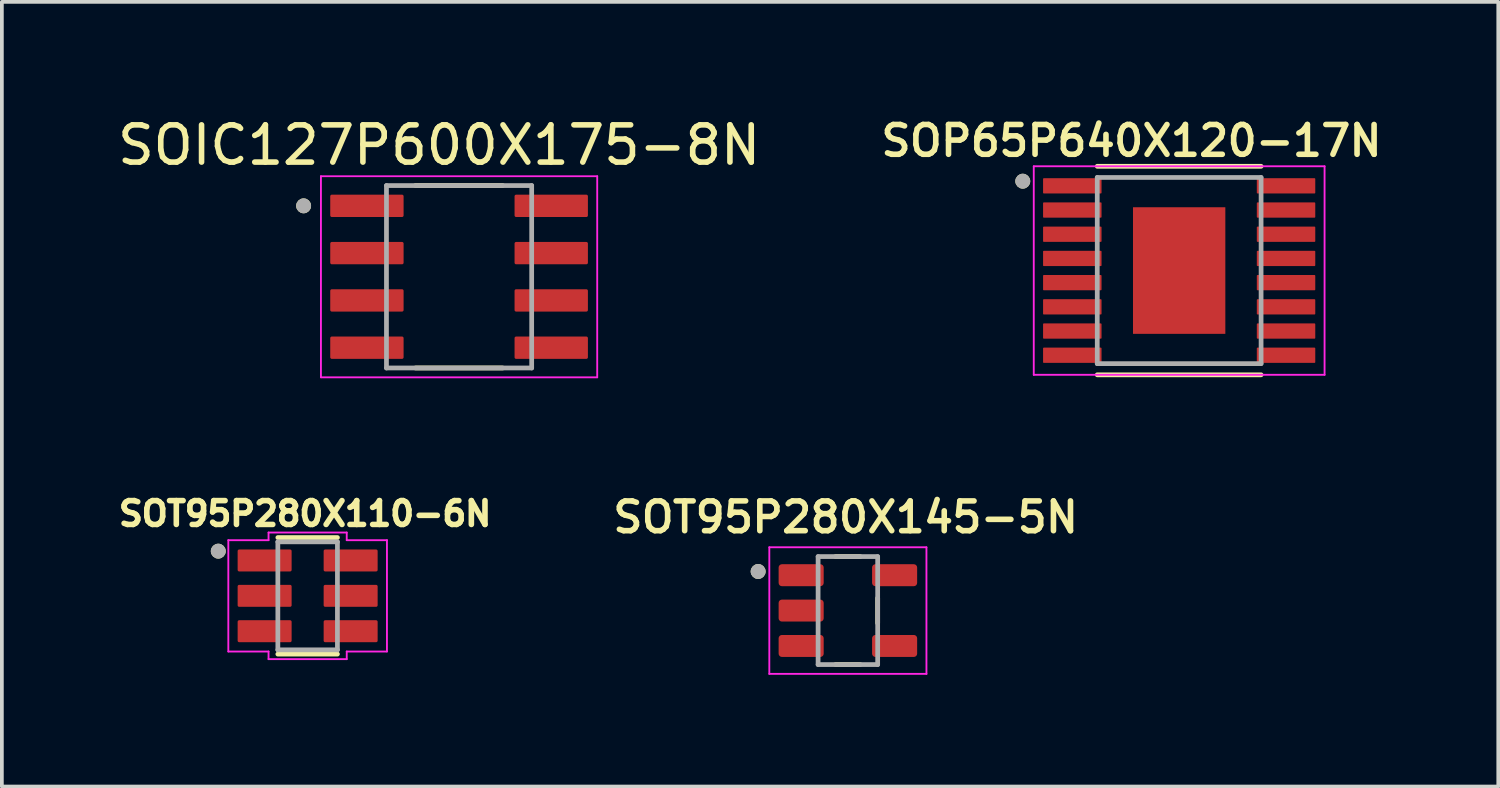
<source format=kicad_pcb>
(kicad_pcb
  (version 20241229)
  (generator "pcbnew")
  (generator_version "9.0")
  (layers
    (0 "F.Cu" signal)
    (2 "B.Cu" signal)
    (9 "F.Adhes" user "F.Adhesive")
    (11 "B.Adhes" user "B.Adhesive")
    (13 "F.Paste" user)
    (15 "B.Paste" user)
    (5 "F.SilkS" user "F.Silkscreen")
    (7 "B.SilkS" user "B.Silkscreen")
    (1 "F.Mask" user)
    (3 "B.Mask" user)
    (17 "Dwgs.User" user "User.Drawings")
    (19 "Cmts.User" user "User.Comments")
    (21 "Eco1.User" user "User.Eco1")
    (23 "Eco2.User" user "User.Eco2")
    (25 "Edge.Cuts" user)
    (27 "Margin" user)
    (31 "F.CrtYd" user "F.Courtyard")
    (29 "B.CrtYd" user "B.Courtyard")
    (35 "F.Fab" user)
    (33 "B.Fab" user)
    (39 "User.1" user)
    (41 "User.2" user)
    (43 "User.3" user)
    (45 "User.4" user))
  (footprint "SOIC127P600X175-8N"
    (layer "F.Cu")
    (at 9.279 4.383)
    (property "Reference" "SOIC127P600X175-8N" (at -0.535 -3.535 0) (layer "F.SilkS") (effects (font (size 1 1) (thickness 0.15))))
    (attr through_hole)
    (fp_line (start -1.17 -2.45) (end 1.17 -2.45) (stroke (width 0.127) (type solid)) (layer "F.SilkS"))
    (fp_line (start -1.17 2.45) (end 1.17 2.45) (stroke (width 0.127) (type solid)) (layer "F.SilkS"))
    (fp_circle (center -4.175 -1.905) (end -4.075 -1.905) (stroke (width 0.2) (type solid)) (fill no) (layer "F.SilkS"))
    (fp_line (start -3.71 -2.7) (end -3.71 2.7) (stroke (width 0.05) (type solid)) (layer "F.CrtYd"))
    (fp_line (start -3.71 2.7) (end 3.71 2.7) (stroke (width 0.05) (type solid)) (layer "F.CrtYd"))
    (fp_line (start 3.71 -2.7) (end -3.71 -2.7) (stroke (width 0.05) (type solid)) (layer "F.CrtYd"))
    (fp_line (start 3.71 2.7) (end 3.71 -2.7) (stroke (width 0.05) (type solid)) (layer "F.CrtYd"))
    (fp_line (start -1.95 -2.45) (end 1.95 -2.45) (stroke (width 0.127) (type solid)) (layer "F.Fab"))
    (fp_line (start -1.95 2.45) (end -1.95 -2.45) (stroke (width 0.127) (type solid)) (layer "F.Fab"))
    (fp_line (start 1.95 -2.45) (end 1.95 2.45) (stroke (width 0.127) (type solid)) (layer "F.Fab"))
    (fp_line (start 1.95 2.45) (end -1.95 2.45) (stroke (width 0.127) (type solid)) (layer "F.Fab"))
    (fp_circle (center -4.175 -1.905) (end -4.075 -1.905) (stroke (width 0.2) (type solid)) (fill no) (layer "F.Fab"))
    (pad "1" smd roundrect (at -2.475 -1.905) (size 1.97 0.6) (layers "F.Cu" "F.Mask" "F.Paste") (roundrect_rratio 0.07))
    (pad "2" smd roundrect (at -2.475 -0.635) (size 1.97 0.6) (layers "F.Cu" "F.Mask" "F.Paste") (roundrect_rratio 0.07))
    (pad "3" smd roundrect (at -2.475 0.635) (size 1.97 0.6) (layers "F.Cu" "F.Mask" "F.Paste") (roundrect_rratio 0.07))
    (pad "4" smd roundrect (at -2.475 1.905) (size 1.97 0.6) (layers "F.Cu" "F.Mask" "F.Paste") (roundrect_rratio 0.07))
    (pad "5" smd roundrect (at 2.475 1.905) (size 1.97 0.6) (layers "F.Cu" "F.Mask" "F.Paste") (roundrect_rratio 0.07))
    (pad "6" smd roundrect (at 2.475 0.635) (size 1.97 0.6) (layers "F.Cu" "F.Mask" "F.Paste") (roundrect_rratio 0.07))
    (pad "7" smd roundrect (at 2.475 -0.635) (size 1.97 0.6) (layers "F.Cu" "F.Mask" "F.Paste") (roundrect_rratio 0.07))
    (pad "8" smd roundrect (at 2.475 -1.905) (size 1.97 0.6) (layers "F.Cu" "F.Mask" "F.Paste") (roundrect_rratio 0.07)))
  (footprint "SOT95P280X110-6N"
    (layer "F.Cu")
    (at 5.212 12.952)
    (property "Reference" "SOT95P280X110-6N" (at -0.068 -2.206 0) (layer "F.SilkS") (effects (font (size 0.64 0.64) (thickness 0.15))))
    (attr smd)
    (fp_line (start -0.8 -1.565) (end 0.8 -1.565) (stroke (width 0.127) (type solid)) (layer "F.SilkS"))
    (fp_line (start -0.8 1.565) (end 0.8 1.565) (stroke (width 0.127) (type solid)) (layer "F.SilkS"))
    (fp_circle (center -2.4 -1.2) (end -2.3 -1.2) (stroke (width 0.2) (type solid)) (fill no) (layer "F.SilkS"))
    (fp_line (start -2.13 -1.495) (end -2.13 1.495) (stroke (width 0.05) (type solid)) (layer "F.CrtYd"))
    (fp_line (start -2.13 1.495) (end -1.05 1.495) (stroke (width 0.05) (type solid)) (layer "F.CrtYd"))
    (fp_line (start -1.05 -1.7) (end -1.05 -1.495) (stroke (width 0.05) (type solid)) (layer "F.CrtYd"))
    (fp_line (start -1.05 -1.495) (end -2.13 -1.495) (stroke (width 0.05) (type solid)) (layer "F.CrtYd"))
    (fp_line (start -1.05 1.495) (end -1.05 1.7) (stroke (width 0.05) (type solid)) (layer "F.CrtYd"))
    (fp_line (start -1.05 1.7) (end 1.05 1.7) (stroke (width 0.05) (type solid)) (layer "F.CrtYd"))
    (fp_line (start 1.05 -1.7) (end -1.05 -1.7) (stroke (width 0.05) (type solid)) (layer "F.CrtYd"))
    (fp_line (start 1.05 -1.495) (end 1.05 -1.7) (stroke (width 0.05) (type solid)) (layer "F.CrtYd"))
    (fp_line (start 1.05 1.495) (end 2.13 1.495) (stroke (width 0.05) (type solid)) (layer "F.CrtYd"))
    (fp_line (start 1.05 1.7) (end 1.05 1.495) (stroke (width 0.05) (type solid)) (layer "F.CrtYd"))
    (fp_line (start 2.13 -1.495) (end 1.05 -1.495) (stroke (width 0.05) (type solid)) (layer "F.CrtYd"))
    (fp_line (start 2.13 1.495) (end 2.13 -1.495) (stroke (width 0.05) (type solid)) (layer "F.CrtYd"))
    (fp_line (start -0.8 -1.45) (end -0.8 1.45) (stroke (width 0.127) (type solid)) (layer "F.Fab"))
    (fp_line (start -0.8 1.45) (end 0.8 1.45) (stroke (width 0.127) (type solid)) (layer "F.Fab"))
    (fp_line (start 0.8 -1.45) (end -0.8 -1.45) (stroke (width 0.127) (type solid)) (layer "F.Fab"))
    (fp_line (start 0.8 1.45) (end 0.8 -1.45) (stroke (width 0.127) (type solid)) (layer "F.Fab"))
    (fp_circle (center -2.4 -1.2) (end -2.3 -1.2) (stroke (width 0.2) (type solid)) (fill no) (layer "F.Fab"))
    (pad "1" smd roundrect (at -1.155 -0.95) (size 1.45 0.59) (layers "F.Cu" "F.Mask" "F.Paste") (roundrect_rratio 0.07))
    (pad "2" smd roundrect (at -1.155 0) (size 1.45 0.59) (layers "F.Cu" "F.Mask" "F.Paste") (roundrect_rratio 0.07))
    (pad "3" smd roundrect (at -1.155 0.95) (size 1.45 0.59) (layers "F.Cu" "F.Mask" "F.Paste") (roundrect_rratio 0.07))
    (pad "4" smd roundrect (at 1.155 0.95) (size 1.45 0.59) (layers "F.Cu" "F.Mask" "F.Paste") (roundrect_rratio 0.07))
    (pad "5" smd roundrect (at 1.155 0) (size 1.45 0.59) (layers "F.Cu" "F.Mask" "F.Paste") (roundrect_rratio 0.07))
    (pad "6" smd roundrect (at 1.155 -0.95) (size 1.45 0.59) (layers "F.Cu" "F.Mask" "F.Paste") (roundrect_rratio 0.07)))
  (footprint "SOP65P640X120-17N"
    (layer "F.Cu")
    (at 28.618 4.216)
    (property "Reference" "SOP65P640X120-17N" (at -1.28 -3.485 0) (layer "F.SilkS") (effects (font (size 0.8 0.8) (thickness 0.15))))
    (attr smd)
    (fp_line (start -2.2 -2.8) (end 2.2 -2.8) (stroke (width 0.127) (type solid)) (layer "F.SilkS"))
    (fp_line (start -2.2 2.8) (end 2.2 2.8) (stroke (width 0.127) (type solid)) (layer "F.SilkS"))
    (fp_circle (center -4.2 -2.4) (end -4.1 -2.4) (stroke (width 0.2) (type solid)) (fill no) (layer "F.SilkS"))
    (fp_poly (pts (xy -0.8 -1.075) (xy 0.8 -1.075) (xy 0.8 1.075) (xy -0.8 1.075)) (stroke (width 0.01) (type solid)) (fill yes) (layer "F.Paste"))
    (fp_line (start -3.905 -2.8) (end -3.905 2.8) (stroke (width 0.05) (type solid)) (layer "F.CrtYd"))
    (fp_line (start -3.905 -2.8) (end 3.905 -2.8) (stroke (width 0.05) (type solid)) (layer "F.CrtYd"))
    (fp_line (start -3.905 2.8) (end 3.905 2.8) (stroke (width 0.05) (type solid)) (layer "F.CrtYd"))
    (fp_line (start 3.905 -2.8) (end 3.905 2.8) (stroke (width 0.05) (type solid)) (layer "F.CrtYd"))
    (fp_line (start -2.2 -2.5) (end -2.2 2.5) (stroke (width 0.127) (type solid)) (layer "F.Fab"))
    (fp_line (start -2.2 -2.5) (end 2.2 -2.5) (stroke (width 0.127) (type solid)) (layer "F.Fab"))
    (fp_line (start -2.2 2.5) (end 2.2 2.5) (stroke (width 0.127) (type solid)) (layer "F.Fab"))
    (fp_line (start 2.2 -2.5) (end 2.2 2.5) (stroke (width 0.127) (type solid)) (layer "F.Fab"))
    (fp_circle (center -4.2 -2.4) (end -4.1 -2.4) (stroke (width 0.2) (type solid)) (fill no) (layer "F.Fab"))
    (pad "1" smd roundrect (at -2.87 -2.275) (size 1.57 0.41) (layers "F.Cu" "F.Mask" "F.Paste") (roundrect_rratio 0.05))
    (pad "2" smd roundrect (at -2.87 -1.625) (size 1.57 0.41) (layers "F.Cu" "F.Mask" "F.Paste") (roundrect_rratio 0.05))
    (pad "3" smd roundrect (at -2.87 -0.975) (size 1.57 0.41) (layers "F.Cu" "F.Mask" "F.Paste") (roundrect_rratio 0.05))
    (pad "4" smd roundrect (at -2.87 -0.325) (size 1.57 0.41) (layers "F.Cu" "F.Mask" "F.Paste") (roundrect_rratio 0.05))
    (pad "5" smd roundrect (at -2.87 0.325) (size 1.57 0.41) (layers "F.Cu" "F.Mask" "F.Paste") (roundrect_rratio 0.05))
    (pad "6" smd roundrect (at -2.87 0.975) (size 1.57 0.41) (layers "F.Cu" "F.Mask" "F.Paste") (roundrect_rratio 0.05))
    (pad "7" smd roundrect (at -2.87 1.625) (size 1.57 0.41) (layers "F.Cu" "F.Mask" "F.Paste") (roundrect_rratio 0.05))
    (pad "8" smd roundrect (at -2.87 2.275) (size 1.57 0.41) (layers "F.Cu" "F.Mask" "F.Paste") (roundrect_rratio 0.05))
    (pad "9" smd roundrect (at 2.87 2.275) (size 1.57 0.41) (layers "F.Cu" "F.Mask" "F.Paste") (roundrect_rratio 0.05))
    (pad "10" smd roundrect (at 2.87 1.625) (size 1.57 0.41) (layers "F.Cu" "F.Mask" "F.Paste") (roundrect_rratio 0.05))
    (pad "11" smd roundrect (at 2.87 0.975) (size 1.57 0.41) (layers "F.Cu" "F.Mask" "F.Paste") (roundrect_rratio 0.05))
    (pad "12" smd roundrect (at 2.87 0.325) (size 1.57 0.41) (layers "F.Cu" "F.Mask" "F.Paste") (roundrect_rratio 0.05))
    (pad "13" smd roundrect (at 2.87 -0.325) (size 1.57 0.41) (layers "F.Cu" "F.Mask" "F.Paste") (roundrect_rratio 0.05))
    (pad "14" smd roundrect (at 2.87 -0.975) (size 1.57 0.41) (layers "F.Cu" "F.Mask" "F.Paste") (roundrect_rratio 0.05))
    (pad "15" smd roundrect (at 2.87 -1.625) (size 1.57 0.41) (layers "F.Cu" "F.Mask" "F.Paste") (roundrect_rratio 0.05))
    (pad "16" smd roundrect (at 2.87 -2.275) (size 1.57 0.41) (layers "F.Cu" "F.Mask" "F.Paste") (roundrect_rratio 0.05))
    (pad "17" smd rect (at 0 0) (size 2.48 3.4) (layers "F.Cu" "F.Mask")))
  (footprint "SOT95P280X145-5N"
    (layer "F.Cu")
    (at 19.721 13.348)
    (property "Reference" "SOT95P280X145-5N" (at -0.06 -2.508 0) (layer "F.SilkS") (effects (font (size 0.8 0.8) (thickness 0.15))))
    (attr through_hole)
    (fp_line (start -0.33 -1.45) (end 0.33 -1.45) (stroke (width 0.127) (type solid)) (layer "F.SilkS"))
    (fp_line (start 0.33 1.45) (end -0.33 1.45) (stroke (width 0.127) (type solid)) (layer "F.SilkS"))
    (fp_line (start 0.8 -0.335) (end 0.8 0.335) (stroke (width 0.127) (type solid)) (layer "F.SilkS"))
    (fp_circle (center -2.41 -1.05) (end -2.31 -1.05) (stroke (width 0.2) (type solid)) (fill no) (layer "F.SilkS"))
    (fp_line (start -2.11 -1.7) (end 2.11 -1.7) (stroke (width 0.05) (type solid)) (layer "F.CrtYd"))
    (fp_line (start -2.11 1.7) (end -2.11 -1.7) (stroke (width 0.05) (type solid)) (layer "F.CrtYd"))
    (fp_line (start 2.11 -1.7) (end 2.11 1.7) (stroke (width 0.05) (type solid)) (layer "F.CrtYd"))
    (fp_line (start 2.11 1.7) (end -2.11 1.7) (stroke (width 0.05) (type solid)) (layer "F.CrtYd"))
    (fp_line (start -0.8 -1.45) (end 0.8 -1.45) (stroke (width 0.127) (type solid)) (layer "F.Fab"))
    (fp_line (start -0.8 1.45) (end -0.8 -1.45) (stroke (width 0.127) (type solid)) (layer "F.Fab"))
    (fp_line (start 0.8 -1.45) (end 0.8 1.45) (stroke (width 0.127) (type solid)) (layer "F.Fab"))
    (fp_line (start 0.8 1.45) (end -0.8 1.45) (stroke (width 0.127) (type solid)) (layer "F.Fab"))
    (fp_circle (center -2.41 -1.05) (end -2.31 -1.05) (stroke (width 0.2) (type solid)) (fill no) (layer "F.Fab"))
    (pad "1" smd roundrect (at -1.255 -0.95) (size 1.21 0.59) (layers "F.Cu" "F.Mask" "F.Paste") (roundrect_rratio 0.15))
    (pad "2" smd roundrect (at -1.255 0) (size 1.21 0.59) (layers "F.Cu" "F.Mask" "F.Paste") (roundrect_rratio 0.15))
    (pad "3" smd roundrect (at -1.255 0.95) (size 1.21 0.59) (layers "F.Cu" "F.Mask" "F.Paste") (roundrect_rratio 0.15))
    (pad "4" smd roundrect (at 1.255 0.95) (size 1.21 0.59) (layers "F.Cu" "F.Mask" "F.Paste") (roundrect_rratio 0.15))
    (pad "5" smd roundrect (at 1.255 -0.95) (size 1.21 0.59) (layers "F.Cu" "F.Mask" "F.Paste") (roundrect_rratio 0.15)))
  (gr_rect
    (start -3 -3)
    (end 37.188 18.073)
    (stroke (width 0.1) (type default))
    (fill no)
    (layer "Edge.Cuts")))
</source>
